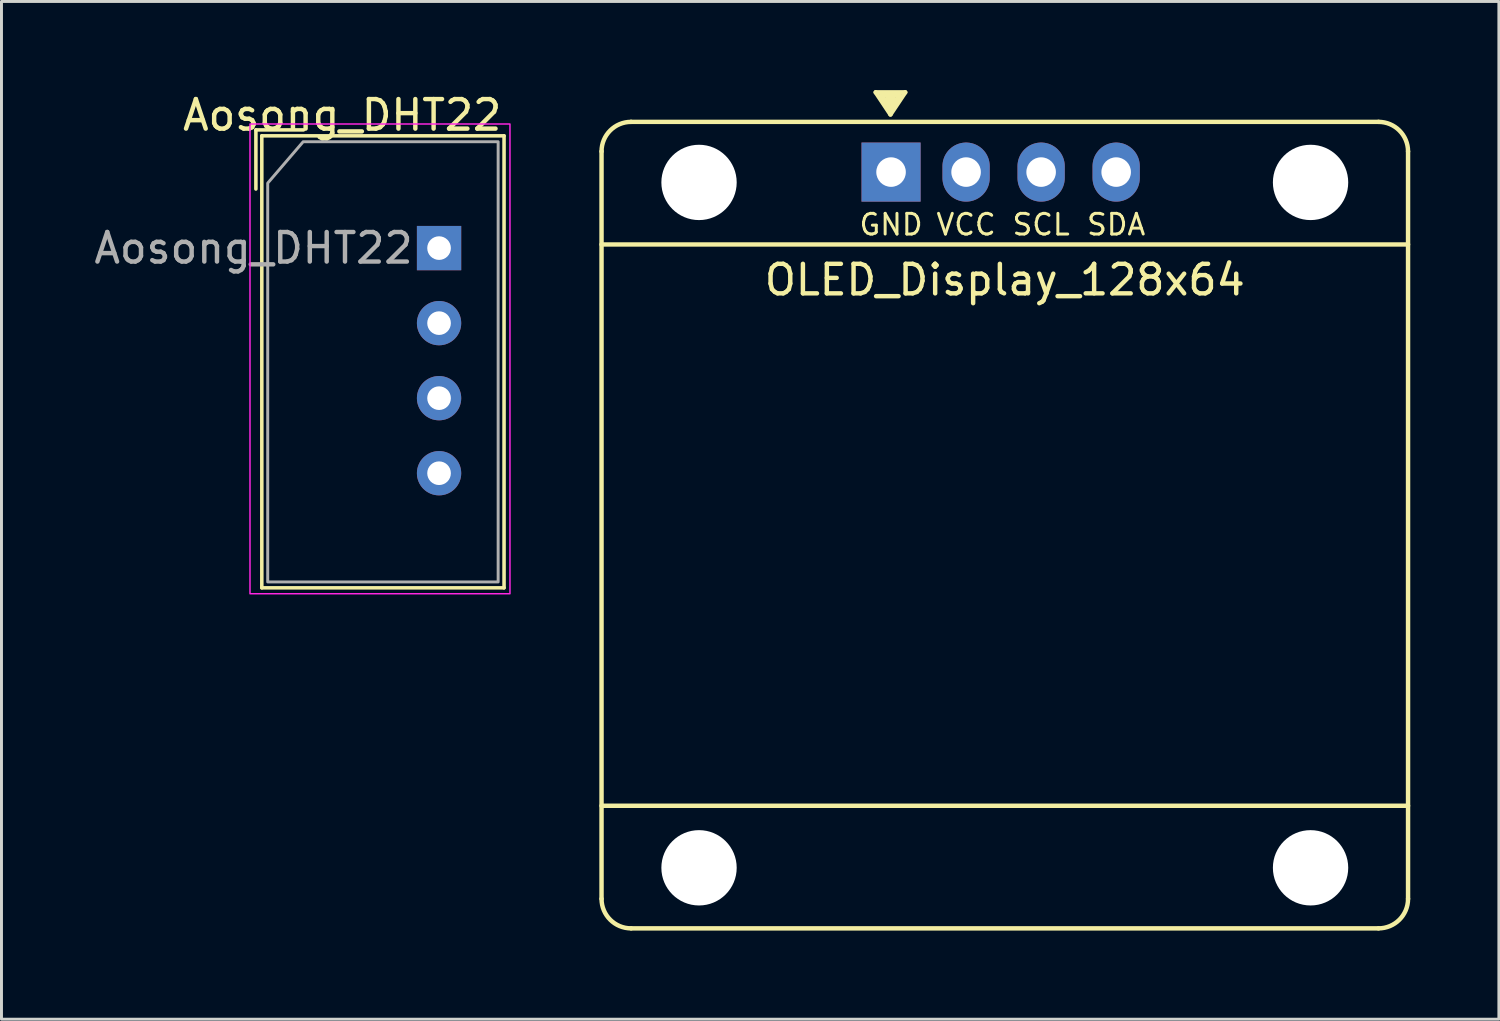
<source format=kicad_pcb>
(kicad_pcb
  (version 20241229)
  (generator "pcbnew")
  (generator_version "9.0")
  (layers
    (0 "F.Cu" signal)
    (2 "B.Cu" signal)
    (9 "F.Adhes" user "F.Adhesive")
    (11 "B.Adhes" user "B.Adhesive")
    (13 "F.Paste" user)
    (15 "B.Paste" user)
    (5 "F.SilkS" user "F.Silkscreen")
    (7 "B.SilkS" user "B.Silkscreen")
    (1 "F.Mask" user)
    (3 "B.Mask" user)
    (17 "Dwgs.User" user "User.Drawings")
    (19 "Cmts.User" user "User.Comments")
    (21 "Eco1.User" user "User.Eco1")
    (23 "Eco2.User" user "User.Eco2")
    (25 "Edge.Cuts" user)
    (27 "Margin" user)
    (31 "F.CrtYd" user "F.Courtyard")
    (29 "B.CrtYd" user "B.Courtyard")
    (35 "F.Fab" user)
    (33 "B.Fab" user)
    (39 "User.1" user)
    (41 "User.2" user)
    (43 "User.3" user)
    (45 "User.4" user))
  (footprint "Aosong_DHT22"
    (layer "F.Cu")
    (at 11.812 5.348)
    (property "Reference" "Aosong_DHT22" (at 2.2 -4.5 0) (layer "F.SilkS") (effects (font (size 1 1) (thickness 0.15)) (justify right)))
    (attr through_hole)
    (fp_line (start -6.2 -4) (end -6.2 -2) (stroke (width 0.12) (type solid)) (layer "F.SilkS"))
    (fp_line (start -6.2 -4) (end -4.59 -4) (stroke (width 0.12) (type solid)) (layer "F.SilkS"))
    (fp_line (start -6 -3.8) (end 2.2 -3.8) (stroke (width 0.12) (type solid)) (layer "F.SilkS"))
    (fp_line (start -6 11.5) (end -6 -3.8) (stroke (width 0.12) (type solid)) (layer "F.SilkS"))
    (fp_line (start 2.2 -3.8) (end 2.2 11.5) (stroke (width 0.12) (type solid)) (layer "F.SilkS"))
    (fp_line (start 2.2 11.5) (end -6 11.5) (stroke (width 0.12) (type solid)) (layer "F.SilkS"))
    (fp_rect (start -6.4 -4.2) (end 2.4 11.7) (stroke (width 0.05) (type solid)) (fill no) (layer "F.CrtYd"))
    (fp_poly (pts (xy 2 11.3) (xy -5.8 11.3) (xy -5.8 -2.2) (xy -4.6 -3.6) (xy 2 -3.6)) (stroke (width 0.1) (type solid)) (fill no) (layer "F.Fab"))
    (fp_text user "${REFERENCE}" (at -0.8 0 0) (layer "F.Fab") (effects (font (size 1 1) (thickness 0.15)) (justify right)))
    (pad "1" thru_hole rect (at 0 0) (size 1.5 1.5) (drill 0.8) (layers "*.Cu" "*.Mask"))
    (pad "2" thru_hole circle (at 0 2.54) (size 1.5 1.5) (drill 0.8) (layers "*.Cu" "*.Mask"))
    (pad "3" thru_hole circle (at 0 5.08) (size 1.5 1.5) (drill 0.8) (layers "*.Cu" "*.Mask"))
    (pad "4" thru_hole circle (at 0 7.62) (size 1.5 1.5) (drill 0.8) (layers "*.Cu" "*.Mask")))
  (footprint "OLED_Display_128x64"
    (layer "F.Cu")
    (at 27.112 2.775)
    (property "Reference" "OLED_Display_128x64" (at 3.85 3.65 0) (layer "F.SilkS") (effects (font (size 1 1) (thickness 0.15))))
    (attr through_hole)
    (fp_line (start -9.8 2.45) (end 17.5 2.45) (stroke (width 0.15) (type solid)) (layer "F.SilkS"))
    (fp_line (start -9.8 21.45) (end 17.5 21.45) (stroke (width 0.15) (type solid)) (layer "F.SilkS"))
    (fp_line (start -9.8 24.6) (end -9.8 -0.7) (stroke (width 0.15) (type solid)) (layer "F.SilkS"))
    (fp_line (start -8.8 -1.7) (end 16.5 -1.7) (stroke (width 0.15) (type solid)) (layer "F.SilkS"))
    (fp_line (start -0.52 -2.7) (end 0.48 -2.7) (stroke (width 0.15) (type solid)) (layer "F.SilkS"))
    (fp_line (start -0.32 -2.6) (end 0.28 -2.6) (stroke (width 0.15) (type solid)) (layer "F.SilkS"))
    (fp_line (start -0.12 -2.5) (end 0.08 -2.5) (stroke (width 0.15) (type solid)) (layer "F.SilkS"))
    (fp_line (start -0.02 -2.35) (end -0.12 -2.5) (stroke (width 0.15) (type solid)) (layer "F.SilkS"))
    (fp_line (start -0.02 -2.15) (end -0.32 -2.6) (stroke (width 0.15) (type solid)) (layer "F.SilkS"))
    (fp_line (start -0.02 -1.95) (end -0.52 -2.7) (stroke (width 0.15) (type solid)) (layer "F.SilkS"))
    (fp_line (start 0.08 -2.5) (end -0.02 -2.35) (stroke (width 0.15) (type solid)) (layer "F.SilkS"))
    (fp_line (start 0.28 -2.6) (end -0.02 -2.15) (stroke (width 0.15) (type solid)) (layer "F.SilkS"))
    (fp_line (start 0.48 -2.7) (end -0.02 -1.95) (stroke (width 0.15) (type solid)) (layer "F.SilkS"))
    (fp_line (start 16.5 25.6) (end -8.8 25.6) (stroke (width 0.15) (type solid)) (layer "F.SilkS"))
    (fp_line (start 17.5 -0.7) (end 17.5 24.6) (stroke (width 0.15) (type solid)) (layer "F.SilkS"))
    (fp_arc (start -9.8 -0.7) (mid -9.507107 -1.407107) (end -8.8 -1.7) (stroke (width 0.15) (type solid)) (layer "F.SilkS"))
    (fp_arc (start -8.8 25.6) (mid -9.507107 25.307107) (end -9.8 24.6) (stroke (width 0.15) (type solid)) (layer "F.SilkS"))
    (fp_arc (start 16.5 -1.7) (mid 17.207107 -1.407107) (end 17.5 -0.7) (stroke (width 0.15) (type solid)) (layer "F.SilkS"))
    (fp_arc (start 17.5 24.6) (mid 17.207107 25.307107) (end 16.5 25.6) (stroke (width 0.15) (type solid)) (layer "F.SilkS"))
    (fp_text user "SCL" (at 5.08 1.778 0) (unlocked yes) (layer "F.SilkS") (effects (font (size 0.7 0.7) (thickness 0.1))))
    (fp_text user "SDA" (at 7.62 1.778 0) (unlocked yes) (layer "F.SilkS") (effects (font (size 0.7 0.7) (thickness 0.1))))
    (fp_text user "VCC" (at 2.54 1.778 0) (unlocked yes) (layer "F.SilkS") (effects (font (size 0.7 0.7) (thickness 0.1))))
    (fp_text user "GND" (at 0 1.778 0) (unlocked yes) (layer "F.SilkS") (effects (font (size 0.7 0.7) (thickness 0.1))))
    (pad "" np_thru_hole circle (at -6.5 0.35) (size 2.55 2.55) (drill 2.55) (layers "*.Cu" "*.Mask"))
    (pad "" np_thru_hole circle (at -6.5 23.55) (size 2.55 2.55) (drill 2.55) (layers "*.Cu" "*.Mask"))
    (pad "" np_thru_hole circle (at 14.2 0.35) (size 2.55 2.55) (drill 2.55) (layers "*.Cu" "*.Mask"))
    (pad "" np_thru_hole circle (at 14.2 23.55) (size 2.55 2.55) (drill 2.55) (layers "*.Cu" "*.Mask"))
    (pad "1" thru_hole rect (at 0 0) (size 2 2) (drill 1) (layers "*.Cu" "*.Mask"))
    (pad "2" thru_hole oval (at 2.54 0) (size 1.6 2) (drill 1) (layers "*.Cu" "*.Mask"))
    (pad "3" thru_hole oval (at 5.08 0) (size 1.6 2) (drill 1) (layers "*.Cu" "*.Mask"))
    (pad "4" thru_hole oval (at 7.62 0) (size 1.6 2) (drill 1) (layers "*.Cu" "*.Mask")))
  (gr_rect
    (start -3 -3)
    (end 47.687 31.45)
    (stroke (width 0.1) (type default))
    (fill no)
    (layer "Edge.Cuts")))
</source>
